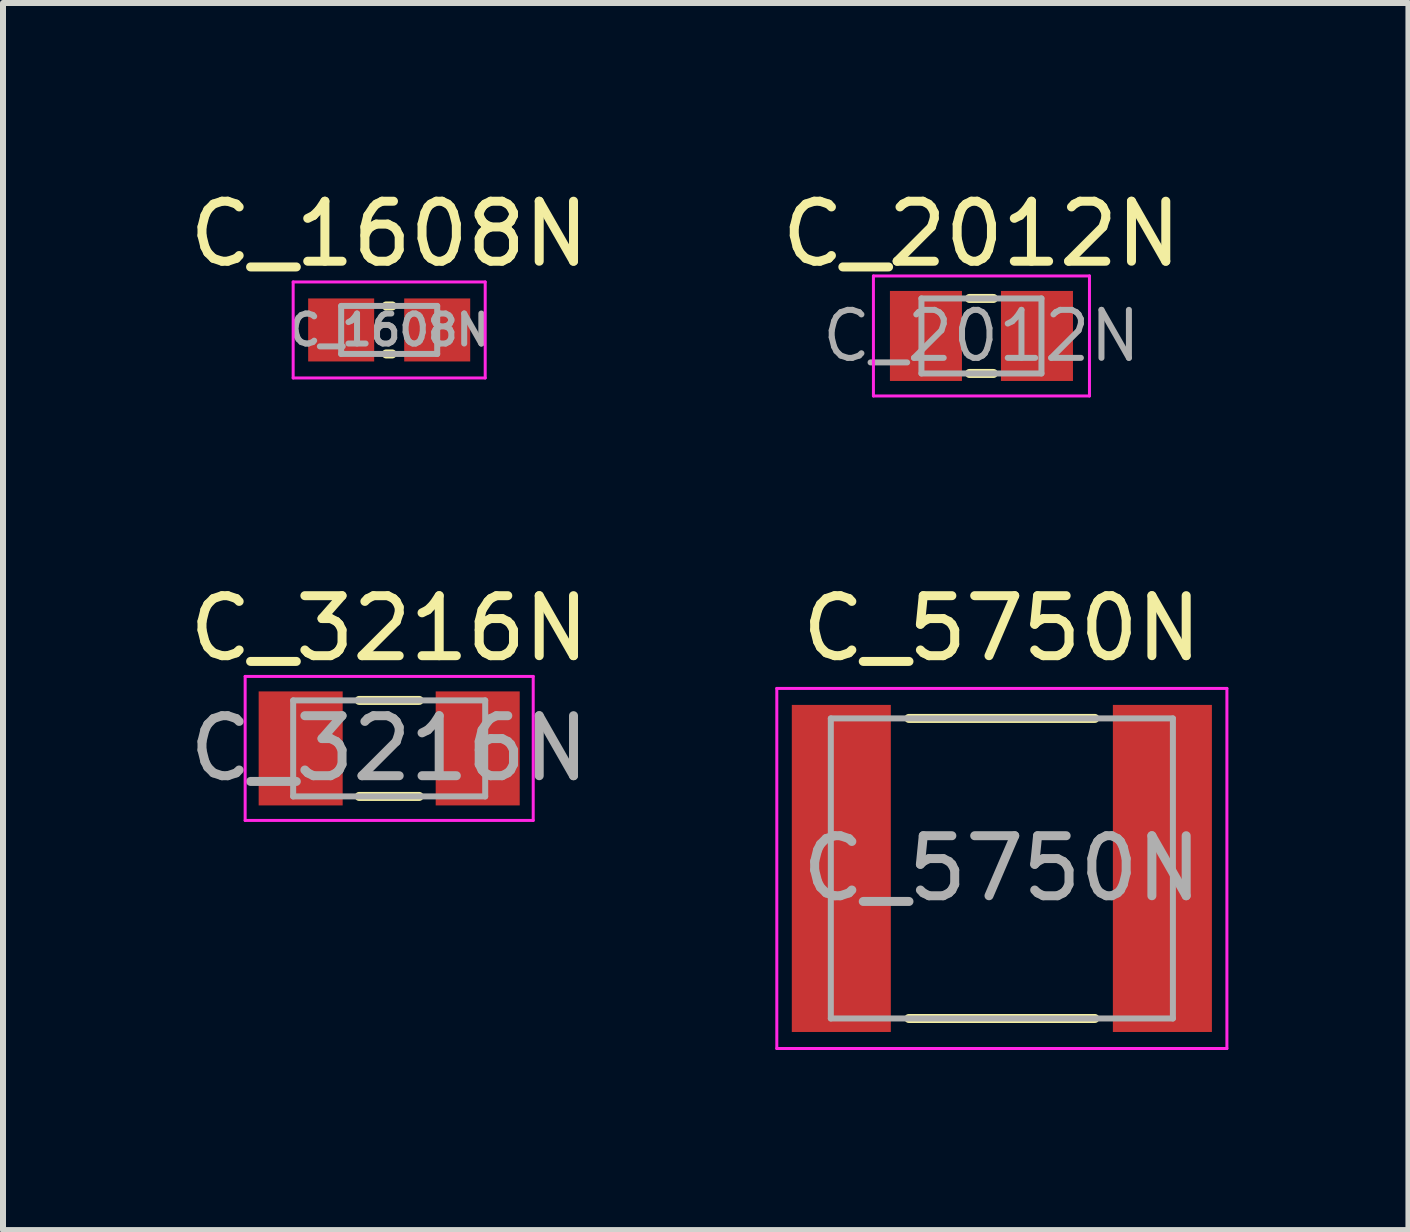
<source format=kicad_pcb>
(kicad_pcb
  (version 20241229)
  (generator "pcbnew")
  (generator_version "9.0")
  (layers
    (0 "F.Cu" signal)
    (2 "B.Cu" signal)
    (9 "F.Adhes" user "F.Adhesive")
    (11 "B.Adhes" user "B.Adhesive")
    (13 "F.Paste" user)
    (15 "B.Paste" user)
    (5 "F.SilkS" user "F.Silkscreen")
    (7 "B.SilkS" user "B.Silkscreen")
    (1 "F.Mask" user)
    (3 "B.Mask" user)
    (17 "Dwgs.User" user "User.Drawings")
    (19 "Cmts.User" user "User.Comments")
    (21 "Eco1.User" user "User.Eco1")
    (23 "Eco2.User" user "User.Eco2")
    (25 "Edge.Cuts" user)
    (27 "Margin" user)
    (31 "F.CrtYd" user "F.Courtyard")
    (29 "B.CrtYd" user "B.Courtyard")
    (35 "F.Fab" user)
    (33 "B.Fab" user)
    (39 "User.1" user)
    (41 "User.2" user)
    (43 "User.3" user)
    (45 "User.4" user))
  (footprint "C_3216N"
    (layer "F.Cu")
    (at 3.435 9.421)
    (property "Reference" "C_3216N" (at 0 -2 0) (layer "F.SilkS") (effects (font (size 1 1) (thickness 0.15))))
    (attr smd)
    (fp_line (start -0.5 -0.8) (end 0.5 -0.8) (stroke (width 0.15) (type solid)) (layer "F.SilkS"))
    (fp_line (start -0.5 0.8) (end 0.5 0.8) (stroke (width 0.15) (type solid)) (layer "F.SilkS"))
    (fp_line (start -2.4 -1.2) (end -2.4 1.2) (stroke (width 0.05) (type solid)) (layer "F.CrtYd"))
    (fp_line (start -2.4 -1.2) (end 2.4 -1.2) (stroke (width 0.05) (type solid)) (layer "F.CrtYd"))
    (fp_line (start -2.4 1.2) (end 2.4 1.2) (stroke (width 0.05) (type solid)) (layer "F.CrtYd"))
    (fp_line (start 2.4 -1.2) (end 2.4 1.2) (stroke (width 0.05) (type solid)) (layer "F.CrtYd"))
    (fp_line (start -1.6 -0.8) (end 1.6 -0.8) (stroke (width 0.1) (type solid)) (layer "F.Fab"))
    (fp_line (start -1.6 0.8) (end -1.6 -0.8) (stroke (width 0.1) (type solid)) (layer "F.Fab"))
    (fp_line (start 1.6 -0.8) (end 1.6 0.8) (stroke (width 0.1) (type solid)) (layer "F.Fab"))
    (fp_line (start 1.6 0.8) (end -1.6 0.8) (stroke (width 0.1) (type solid)) (layer "F.Fab"))
    (fp_text user "${REFERENCE}" (at 0 0 0) (layer "F.Fab") (effects (font (size 1 1) (thickness 0.15))))
    (pad "1" smd rect (at -1.475 0) (size 1.4 1.9) (layers "F.Cu" "F.Mask" "F.Paste"))
    (pad "2" smd rect (at 1.475 0) (size 1.4 1.9) (layers "F.Cu" "F.Mask" "F.Paste")))
  (footprint "C_5750N"
    (layer "F.Cu")
    (at 13.644 11.421)
    (property "Reference" "C_5750N" (at 0 -4 0) (layer "F.SilkS") (effects (font (size 1 1) (thickness 0.15))))
    (attr smd)
    (fp_line (start -1.55 -2.5) (end 1.55 -2.5) (stroke (width 0.15) (type solid)) (layer "F.SilkS"))
    (fp_line (start -1.55 2.5) (end 1.55 2.5) (stroke (width 0.15) (type solid)) (layer "F.SilkS"))
    (fp_line (start -3.75 -3) (end -3.75 3) (stroke (width 0.05) (type solid)) (layer "F.CrtYd"))
    (fp_line (start -3.75 -3) (end 3.75 -3) (stroke (width 0.05) (type solid)) (layer "F.CrtYd"))
    (fp_line (start -3.75 3) (end 3.75 3) (stroke (width 0.05) (type solid)) (layer "F.CrtYd"))
    (fp_line (start 3.75 -3) (end 3.75 3) (stroke (width 0.05) (type solid)) (layer "F.CrtYd"))
    (fp_line (start -2.85 -2.5) (end 2.85 -2.5) (stroke (width 0.1) (type solid)) (layer "F.Fab"))
    (fp_line (start -2.85 2.5) (end -2.85 -2.5) (stroke (width 0.1) (type solid)) (layer "F.Fab"))
    (fp_line (start 2.85 -2.5) (end 2.85 2.5) (stroke (width 0.1) (type solid)) (layer "F.Fab"))
    (fp_line (start 2.85 2.5) (end -2.85 2.5) (stroke (width 0.1) (type solid)) (layer "F.Fab"))
    (fp_text user "${REFERENCE}" (at 0 0 0) (layer "F.Fab") (effects (font (size 1 1) (thickness 0.15))))
    (pad "1" smd rect (at -2.675 0) (size 1.65 5.45) (layers "F.Cu" "F.Mask" "F.Paste"))
    (pad "2" smd rect (at 2.675 0) (size 1.65 5.45) (layers "F.Cu" "F.Mask" "F.Paste")))
  (footprint "C_1608N"
    (layer "F.Cu")
    (at 3.435 2.448)
    (property "Reference" "C_1608N" (at 0 -1.6 0) (layer "F.SilkS") (effects (font (size 1 1) (thickness 0.15))))
    (attr smd)
    (fp_line (start -0.05 -0.4) (end 0.05 -0.4) (stroke (width 0.15) (type solid)) (layer "F.SilkS"))
    (fp_line (start -0.05 0.4) (end 0.05 0.4) (stroke (width 0.15) (type solid)) (layer "F.SilkS"))
    (fp_line (start -1.6 -0.8) (end -1.6 0.8) (stroke (width 0.05) (type solid)) (layer "F.CrtYd"))
    (fp_line (start -1.6 -0.8) (end 1.6 -0.8) (stroke (width 0.05) (type solid)) (layer "F.CrtYd"))
    (fp_line (start -1.6 0.8) (end 1.6 0.8) (stroke (width 0.05) (type solid)) (layer "F.CrtYd"))
    (fp_line (start 1.6 -0.8) (end 1.6 0.8) (stroke (width 0.05) (type solid)) (layer "F.CrtYd"))
    (fp_line (start -0.8 -0.4) (end 0.8 -0.4) (stroke (width 0.1) (type solid)) (layer "F.Fab"))
    (fp_line (start -0.8 0.4) (end -0.8 -0.4) (stroke (width 0.1) (type solid)) (layer "F.Fab"))
    (fp_line (start 0.8 -0.4) (end 0.8 0.4) (stroke (width 0.1) (type solid)) (layer "F.Fab"))
    (fp_line (start 0.8 0.4) (end -0.8 0.4) (stroke (width 0.1) (type solid)) (layer "F.Fab"))
    (fp_text user "${REFERENCE}" (at 0 0 0) (layer "F.Fab") (effects (font (size 0.5 0.5) (thickness 0.1))))
    (pad "1" smd rect (at -0.8 0) (size 1.1 1.05) (layers "F.Cu" "F.Mask" "F.Paste"))
    (pad "2" smd rect (at 0.8 0) (size 1.1 1.05) (layers "F.Cu" "F.Mask" "F.Paste")))
  (footprint "C_2012N"
    (layer "F.Cu")
    (at 13.304 2.548)
    (property "Reference" "C_2012N" (at 0 -1.7 0) (layer "F.SilkS") (effects (font (size 1 1) (thickness 0.15))))
    (attr smd)
    (fp_line (start -0.2 -0.625) (end 0.2 -0.625) (stroke (width 0.15) (type solid)) (layer "F.SilkS"))
    (fp_line (start -0.2 0.625) (end 0.2 0.625) (stroke (width 0.15) (type solid)) (layer "F.SilkS"))
    (fp_line (start -1.8 -1) (end -1.8 1) (stroke (width 0.05) (type solid)) (layer "F.CrtYd"))
    (fp_line (start -1.8 -1) (end 1.8 -1) (stroke (width 0.05) (type solid)) (layer "F.CrtYd"))
    (fp_line (start -1.8 1) (end 1.8 1) (stroke (width 0.05) (type solid)) (layer "F.CrtYd"))
    (fp_line (start 1.8 -1) (end 1.8 1) (stroke (width 0.05) (type solid)) (layer "F.CrtYd"))
    (fp_line (start -1 -0.625) (end 1 -0.625) (stroke (width 0.1) (type solid)) (layer "F.Fab"))
    (fp_line (start -1 0.625) (end -1 -0.625) (stroke (width 0.1) (type solid)) (layer "F.Fab"))
    (fp_line (start 1 0.625) (end -1 0.625) (stroke (width 0.1) (type solid)) (layer "F.Fab"))
    (fp_line (start 1 0.625) (end 1 -0.625) (stroke (width 0.1) (type solid)) (layer "F.Fab"))
    (fp_text user "${REFERENCE}" (at 0 0 0) (layer "F.Fab") (effects (font (size 0.8 0.8) (thickness 0.1))))
    (pad "1" smd rect (at -0.925 0) (size 1.2 1.5) (layers "F.Cu" "F.Mask" "F.Paste"))
    (pad "2" smd rect (at 0.925 0) (size 1.2 1.5) (layers "F.Cu" "F.Mask" "F.Paste")))
  (gr_rect
    (start -3 -3)
    (end 20.419 17.447)
    (stroke (width 0.1) (type default))
    (fill no)
    (layer "Edge.Cuts")))
</source>
